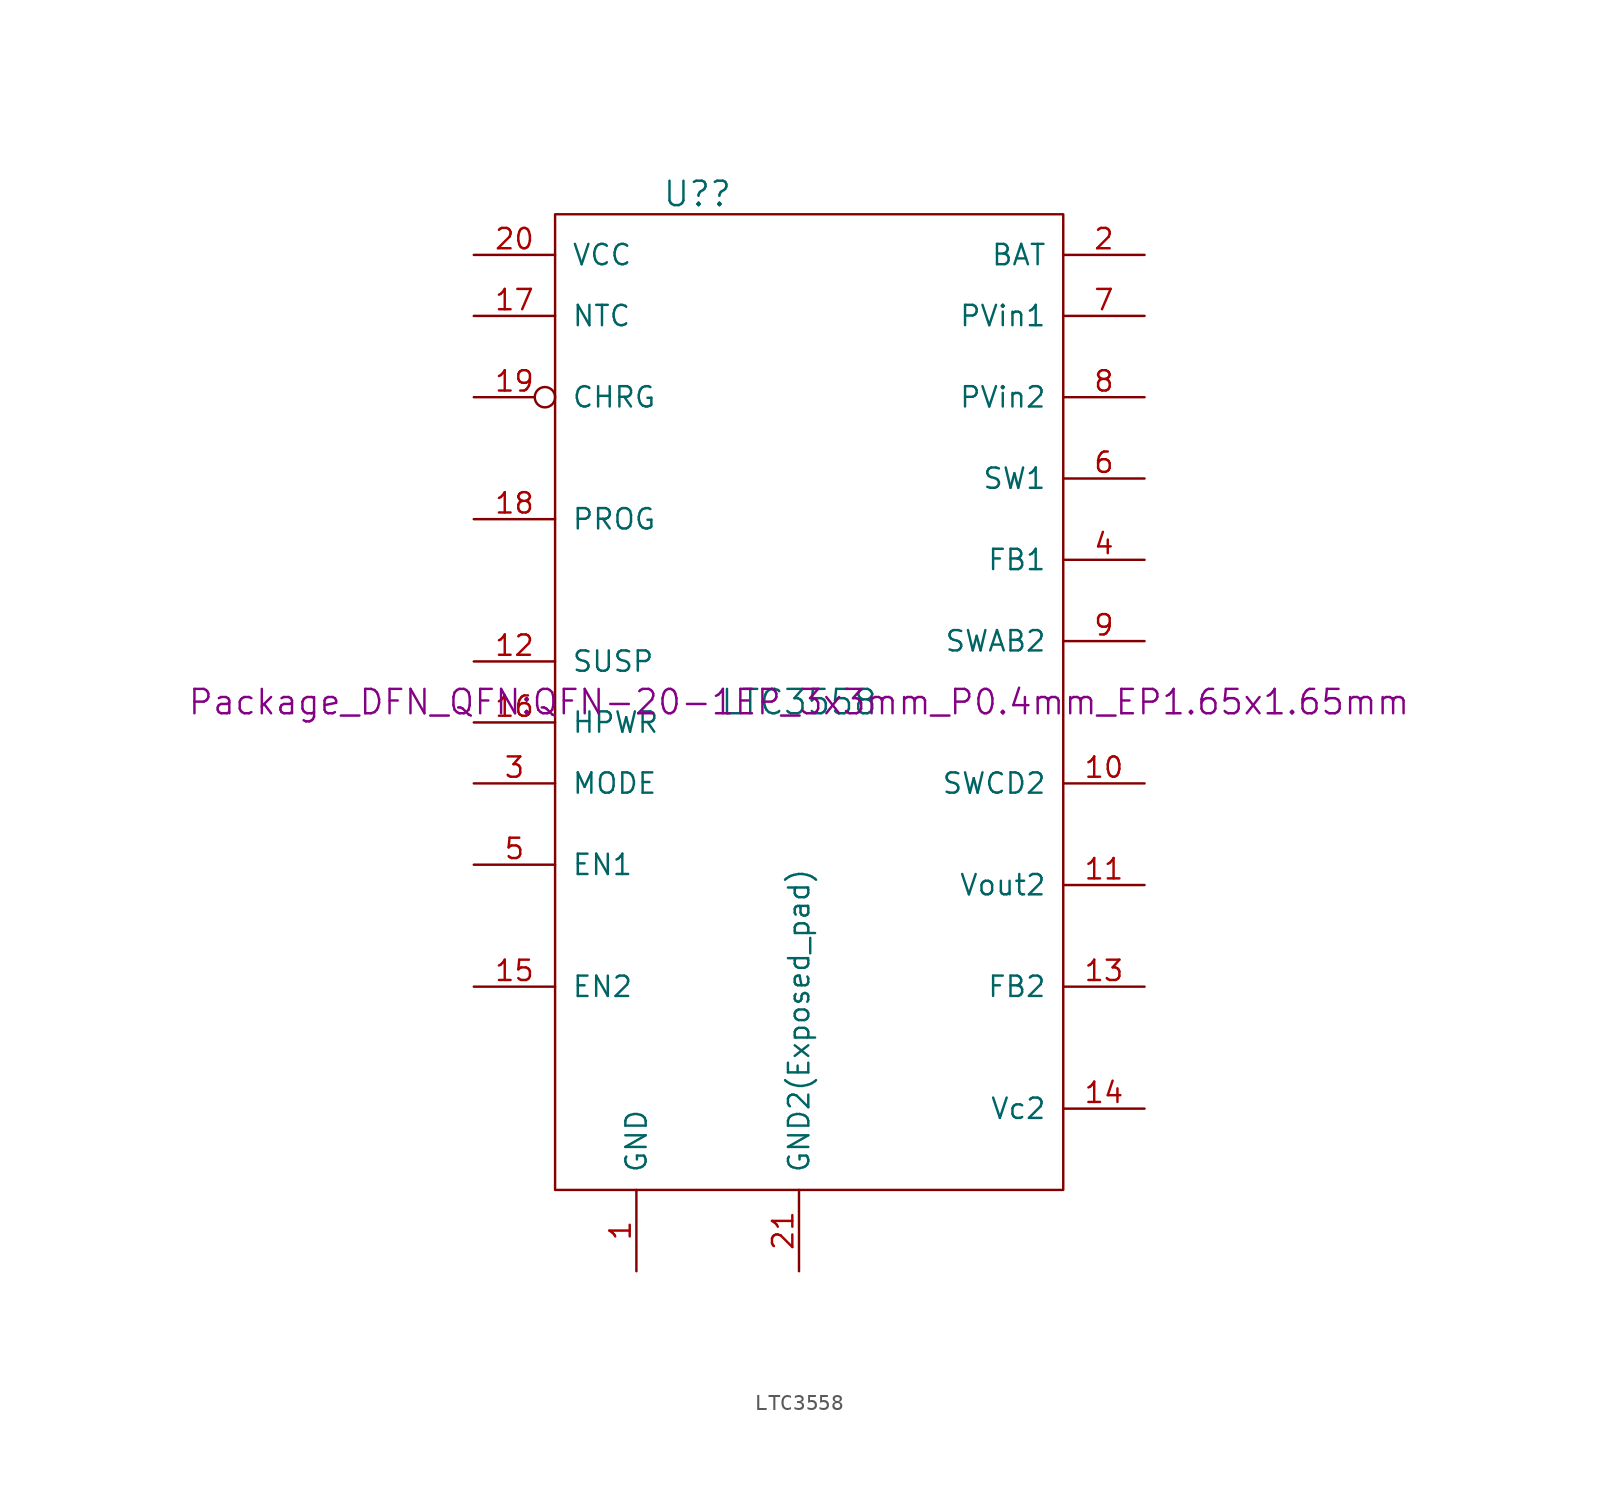
<source format=kicad_sym>
(kicad_symbol_lib
  (version 20211014)
  (generator kicad_symbol_editor)
  (symbol "LTC3558"
    (pin_names
      (offset 1.016))
    (property "Reference" "U?"
      (at -6.35 31.75 0)
      (effects (font (size 1.524 1.524))))
    (property "Value" "LTC3558"
      (at 0 0 0)
      (effects (font (size 1.524 1.524))))
    (property "Footprint" "Package_DFN_QFN:QFN-20-1EP_3x3mm_P0.4mm_EP1.65x1.65mm"
      (at 0 0 0)
      (effects (font (size 1.524 1.524))))
    (property "Datasheet" ""
      (at 0 0 0)
      (effects (font (size 1.524 1.524))))
    (symbol "LTC3558_0_1"
      (rectangle (start -15.24 30.48) (end 16.51 -30.48) (stroke (width 0) (type default) (color 0 0 0 0)) (fill (type none))))
    (symbol "LTC3558_1_1"
      (pin input line (at -10.16 -35.56 90) (length 5.08) (name "GND" (effects (font (size 1.27 1.27)))) (number "1" (effects (font (size 1.27 1.27)))))
      (pin input line (at 21.59 -5.08 180) (length 5.08) (name "SWCD2" (effects (font (size 1.27 1.27)))) (number "10" (effects (font (size 1.27 1.27)))))
      (pin input line (at 21.59 -11.43 180) (length 5.08) (name "Vout2" (effects (font (size 1.27 1.27)))) (number "11" (effects (font (size 1.27 1.27)))))
      (pin input line (at -20.32 2.54 0) (length 5.08) (name "SUSP" (effects (font (size 1.27 1.27)))) (number "12" (effects (font (size 1.27 1.27)))))
      (pin input line (at 21.59 -17.78 180) (length 5.08) (name "FB2" (effects (font (size 1.27 1.27)))) (number "13" (effects (font (size 1.27 1.27)))))
      (pin input line (at 21.59 -25.4 180) (length 5.08) (name "Vc2" (effects (font (size 1.27 1.27)))) (number "14" (effects (font (size 1.27 1.27)))))
      (pin input line (at -20.32 -17.78 0) (length 5.08) (name "EN2" (effects (font (size 1.27 1.27)))) (number "15" (effects (font (size 1.27 1.27)))))
      (pin input line (at -20.32 -1.27 0) (length 5.08) (name "HPWR" (effects (font (size 1.27 1.27)))) (number "16" (effects (font (size 1.27 1.27)))))
      (pin input line (at -20.32 24.13 0) (length 5.08) (name "NTC" (effects (font (size 1.27 1.27)))) (number "17" (effects (font (size 1.27 1.27)))))
      (pin input line (at -20.32 11.43 0) (length 5.08) (name "PROG" (effects (font (size 1.27 1.27)))) (number "18" (effects (font (size 1.27 1.27)))))
      (pin input inverted (at -20.32 19.05 0) (length 5.08) (name "CHRG" (effects (font (size 1.27 1.27)))) (number "19" (effects (font (size 1.27 1.27)))))
      (pin input line (at 21.59 27.94 180) (length 5.08) (name "BAT" (effects (font (size 1.27 1.27)))) (number "2" (effects (font (size 1.27 1.27)))))
      (pin input line (at -20.32 27.94 0) (length 5.08) (name "VCC" (effects (font (size 1.27 1.27)))) (number "20" (effects (font (size 1.27 1.27)))))
      (pin input line (at 0 -35.56 90) (length 5.08) (name "GND2(Exposed_pad)" (effects (font (size 1.27 1.27)))) (number "21" (effects (font (size 1.27 1.27)))))
      (pin input line (at -20.32 -5.08 0) (length 5.08) (name "MODE" (effects (font (size 1.27 1.27)))) (number "3" (effects (font (size 1.27 1.27)))))
      (pin input line (at 21.59 8.89 180) (length 5.08) (name "FB1" (effects (font (size 1.27 1.27)))) (number "4" (effects (font (size 1.27 1.27)))))
      (pin input line (at -20.32 -10.16 0) (length 5.08) (name "EN1" (effects (font (size 1.27 1.27)))) (number "5" (effects (font (size 1.27 1.27)))))
      (pin input line (at 21.59 13.97 180) (length 5.08) (name "SW1" (effects (font (size 1.27 1.27)))) (number "6" (effects (font (size 1.27 1.27)))))
      (pin input line (at 21.59 24.13 180) (length 5.08) (name "PVin1" (effects (font (size 1.27 1.27)))) (number "7" (effects (font (size 1.27 1.27)))))
      (pin input line (at 21.59 19.05 180) (length 5.08) (name "PVin2" (effects (font (size 1.27 1.27)))) (number "8" (effects (font (size 1.27 1.27)))))
      (pin input line (at 21.59 3.81 180) (length 5.08) (name "SWAB2" (effects (font (size 1.27 1.27)))) (number "9" (effects (font (size 1.27 1.27))))))))
</source>
